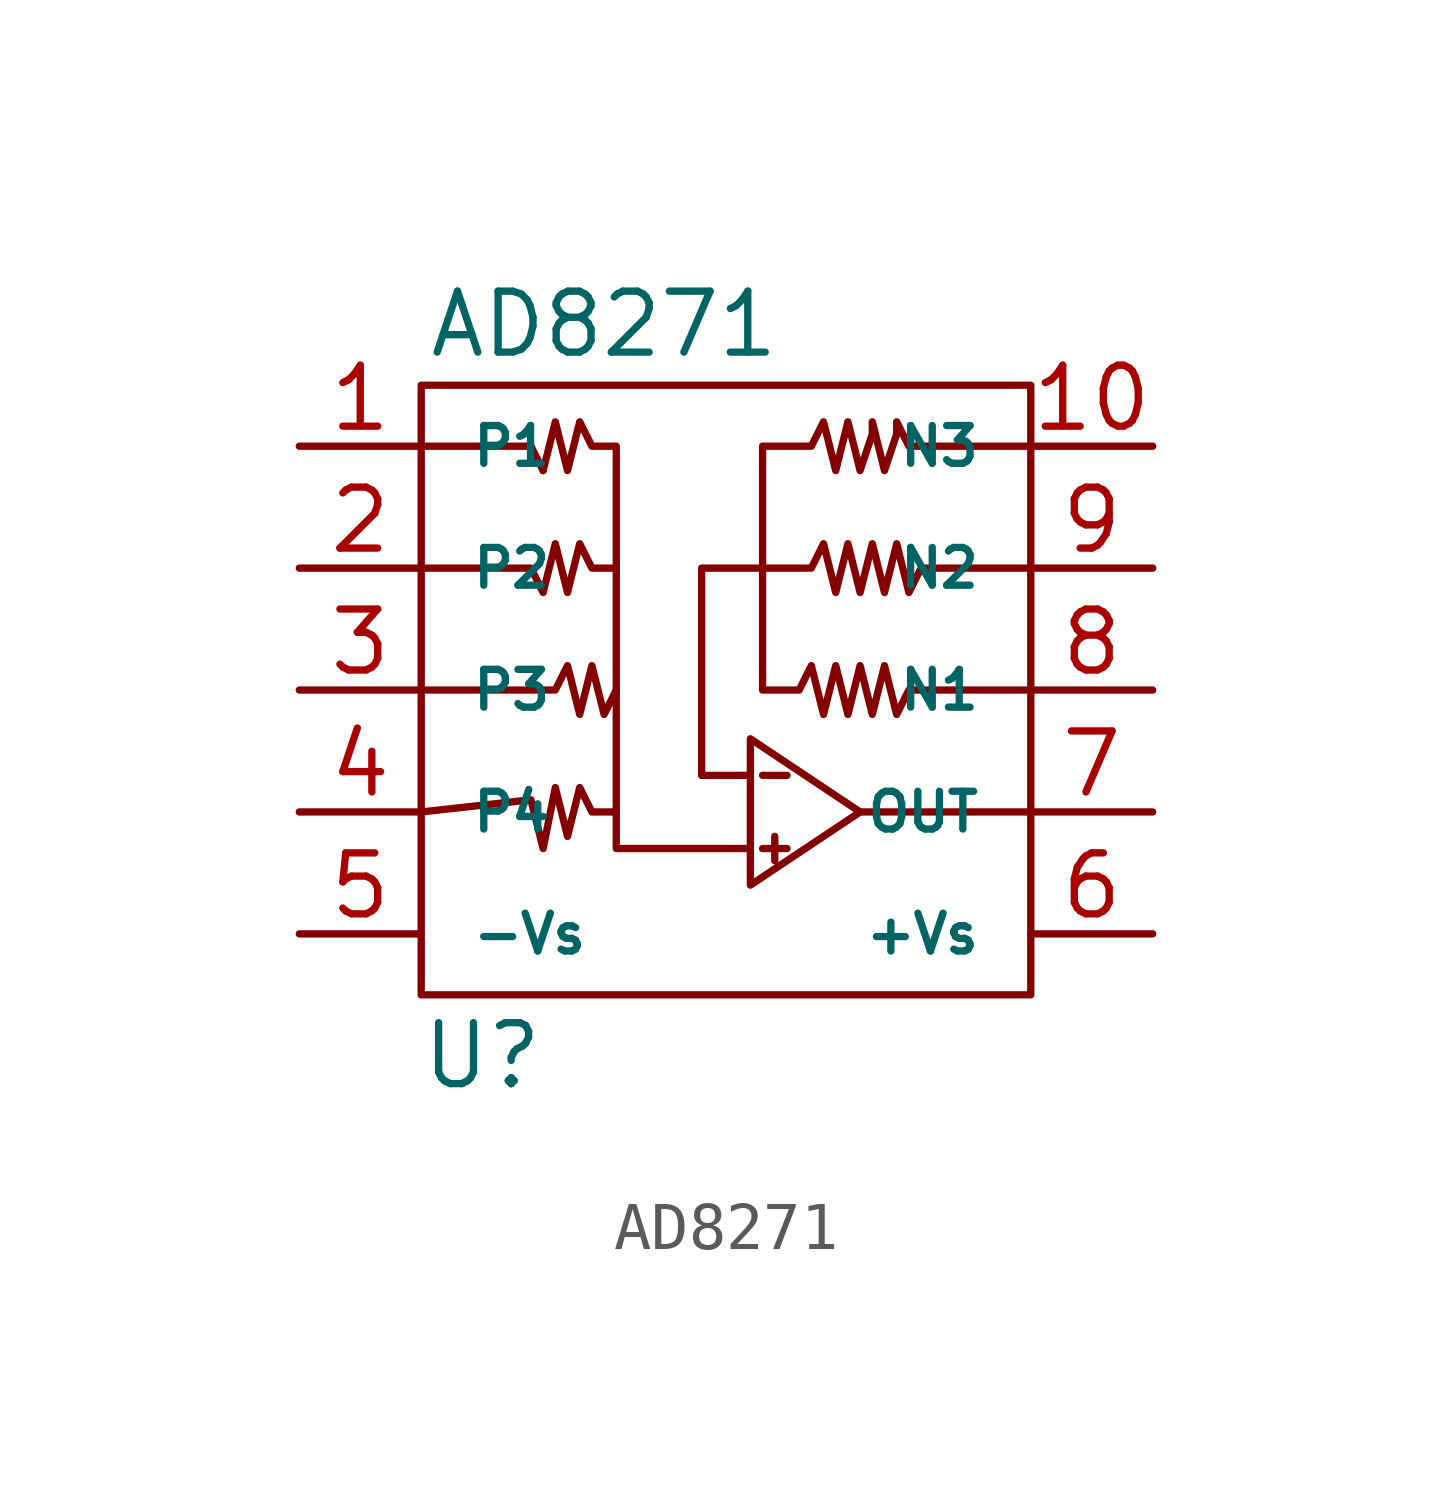
<source format=kicad_sym>
(kicad_symbol_lib
  (version 20211014)
  (generator kicad_symbol_editor)
  (symbol "AD8271"
    (pin_names
      (offset 1.016))
    (property "Reference" "U"
      (at -5.08 -7.62 0)
      (effects (font (size 1.27 1.27))))
    (property "Value" "AD8271"
      (at -2.54 7.62 0)
      (effects (font (size 1.27 1.27))))
    (symbol "AD8271_0_1"
      (rectangle (start -6.35 6.35) (end 6.35 -6.35) (stroke (width 0) (type default) (color 0 0 0 0)) (fill (type none)))
      (polyline (pts (xy 0.762 -3.302) (xy 1.27 -3.302)) (stroke (width 0) (type default) (color 0 0 0 0)) (fill (type none)))
      (polyline (pts (xy 0.762 -1.778) (xy 1.27 -1.778)) (stroke (width 0) (type default) (color 0 0 0 0)) (fill (type none)))
      (polyline (pts (xy 1.016 -3.048) (xy 1.016 -3.556)) (stroke (width 0) (type default) (color 0 0 0 0)) (fill (type none)))
      (polyline (pts (xy 2.794 -2.54) (xy 6.35 -2.54)) (stroke (width 0) (type default) (color 0 0 0 0)) (fill (type none)))
      (polyline (pts (xy -6.35 5.08) (xy -4.064 5.08) (xy -3.81 4.572)) (stroke (width 0) (type default) (color 0 0 0 0)) (fill (type none)))
      (polyline (pts (xy -2.286 2.54) (xy -2.286 5.08) (xy -2.794 5.08) (xy -3.048 5.588) (xy -3.302 4.572) (xy -3.556 5.588) (xy -3.81 4.572)) (stroke (width 0) (type default) (color 0 0 0 0)) (fill (type none)))
      (polyline (pts (xy 0.508 -1.27) (xy 0.508 -4.064) (xy 2.794 -2.54) (xy 0.508 -1.016) (xy 0.508 -1.27) (xy 0.508 -1.524) (xy 0.508 -3.048)) (stroke (width 0) (type default) (color 0 0 0 0)) (fill (type none)))
      (polyline (pts (xy -6.35 0) (xy -3.556 0) (xy -3.302 0.508) (xy -3.048 -0.508) (xy -2.794 0.508) (xy -2.54 -0.508) (xy -2.286 0) (xy -2.286 -2.54)) (stroke (width 0) (type default) (color 0 0 0 0)) (fill (type none)))
      (polyline (pts (xy -2.286 0) (xy -2.286 2.54) (xy -2.794 2.54) (xy -3.048 3.048) (xy -3.302 2.032) (xy -3.556 3.048) (xy -3.81 2.032) (xy -4.064 2.54) (xy -6.35 2.54)) (stroke (width 0) (type default) (color 0 0 0 0)) (fill (type none)))
      (polyline (pts (xy 0.508 -3.302) (xy -2.286 -3.302) (xy -2.286 -2.54) (xy -2.794 -2.54) (xy -3.048 -2.032) (xy -3.302 -3.048) (xy -3.556 -2.032) (xy -3.81 -3.302) (xy -4.064 -2.286) (xy -6.35 -2.54)) (stroke (width 0) (type default) (color 0 0 0 0)) (fill (type none)))
      (polyline (pts (xy 0.762 2.54) (xy 1.778 2.54) (xy 2.032 3.048) (xy 2.286 2.032) (xy 2.54 3.048) (xy 2.794 2.032) (xy 3.048 3.048) (xy 3.302 2.032) (xy 3.556 3.048) (xy 3.81 2.032) (xy 4.064 2.54) (xy 6.35 2.54)) (stroke (width 0) (type default) (color 0 0 0 0)) (fill (type none)))
      (polyline (pts (xy 0.762 2.54) (xy 0.762 0) (xy 1.524 0) (xy 1.778 0.508) (xy 2.032 -0.508) (xy 2.286 0.508) (xy 2.54 -0.508) (xy 2.794 0.508) (xy 3.048 -0.508) (xy 3.302 0.508) (xy 3.556 -0.508) (xy 3.81 0) (xy 6.35 0)) (stroke (width 0) (type default) (color 0 0 0 0)) (fill (type none)))
      (polyline (pts (xy 0.508 -1.778) (xy -0.508 -1.778) (xy -0.508 2.54) (xy 0.762 2.54) (xy 0.762 5.08) (xy 1.778 5.08) (xy 2.032 5.588) (xy 2.286 4.572) (xy 2.54 5.588) (xy 2.794 4.572) (xy 3.048 5.334) (xy 3.048 5.588) (xy 3.302 4.572) (xy 3.556 5.334) (xy 3.556 5.588) (xy 3.81 5.08) (xy 6.35 5.08)) (stroke (width 0) (type default) (color 0 0 0 0)) (fill (type none))))
    (symbol "AD8271_1_1"
      (pin input line (at -8.89 5.08 0) (length 2.54) (name "P1" (effects (font (size 0.787 0.787)))) (number "1" (effects (font (size 1.27 1.27)))))
      (pin input line (at 8.89 5.08 180) (length 2.54) (name "N3" (effects (font (size 0.787 0.787)))) (number "10" (effects (font (size 1.27 1.27)))))
      (pin input line (at -8.89 2.54 0) (length 2.54) (name "P2" (effects (font (size 0.787 0.787)))) (number "2" (effects (font (size 1.27 1.27)))))
      (pin input line (at -8.89 0 0) (length 2.54) (name "P3" (effects (font (size 0.787 0.787)))) (number "3" (effects (font (size 1.27 1.27)))))
      (pin input line (at -8.89 -2.54 0) (length 2.54) (name "P4" (effects (font (size 0.787 0.787)))) (number "4" (effects (font (size 1.27 1.27)))))
      (pin input line (at -8.89 -5.08 0) (length 2.54) (name "-Vs" (effects (font (size 0.787 0.787)))) (number "5" (effects (font (size 1.27 1.27)))))
      (pin input line (at 8.89 -5.08 180) (length 2.54) (name "+Vs" (effects (font (size 0.787 0.787)))) (number "6" (effects (font (size 1.27 1.27)))))
      (pin input line (at 8.89 -2.54 180) (length 2.54) (name "OUT" (effects (font (size 0.787 0.787)))) (number "7" (effects (font (size 1.27 1.27)))))
      (pin input line (at 8.89 0 180) (length 2.54) (name "N1" (effects (font (size 0.787 0.787)))) (number "8" (effects (font (size 1.27 1.27)))))
      (pin input line (at 8.89 2.54 180) (length 2.54) (name "N2" (effects (font (size 0.787 0.787)))) (number "9" (effects (font (size 1.27 1.27))))))))
</source>
